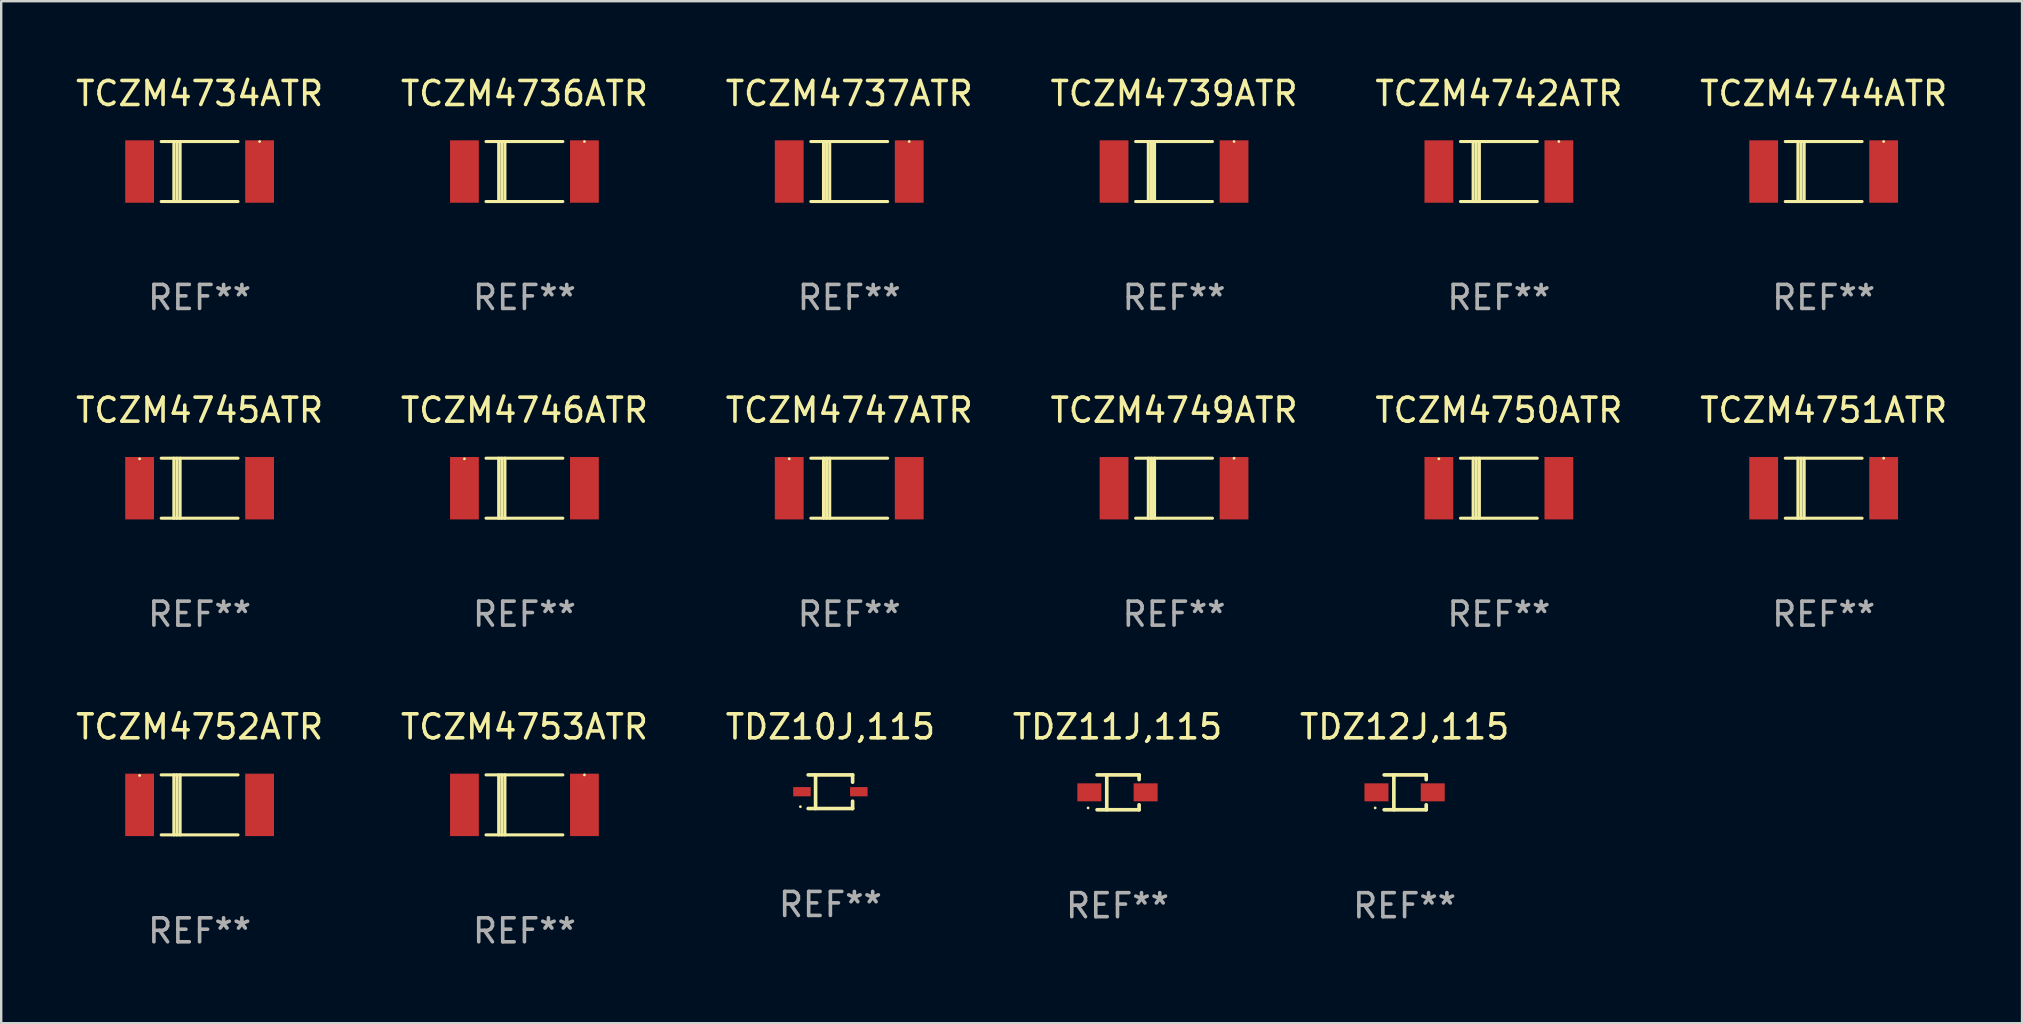
<source format=kicad_pcb>
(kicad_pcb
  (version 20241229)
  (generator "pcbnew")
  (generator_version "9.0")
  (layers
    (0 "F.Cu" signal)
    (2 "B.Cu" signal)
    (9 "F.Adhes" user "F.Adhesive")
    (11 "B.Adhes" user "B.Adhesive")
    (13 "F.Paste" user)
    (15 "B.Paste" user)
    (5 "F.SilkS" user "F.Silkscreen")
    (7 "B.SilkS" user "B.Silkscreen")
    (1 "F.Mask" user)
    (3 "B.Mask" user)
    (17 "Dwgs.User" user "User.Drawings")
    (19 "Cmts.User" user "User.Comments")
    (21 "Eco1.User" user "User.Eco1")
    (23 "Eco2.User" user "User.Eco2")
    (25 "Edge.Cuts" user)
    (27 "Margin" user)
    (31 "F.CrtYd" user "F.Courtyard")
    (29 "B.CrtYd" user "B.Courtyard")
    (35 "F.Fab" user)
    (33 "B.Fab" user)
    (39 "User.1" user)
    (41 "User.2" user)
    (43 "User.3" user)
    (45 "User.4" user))
  (footprint "TCZM4736ATR"
    (layer "F.Cu")
    (at 18.804 4.098)
    (property "Reference" "TCZM4736ATR" (at 0 -3.25 0) (layer "F.SilkS") (effects (font (size 1 1) (thickness 0.15))))
    (attr through_hole)
    (fp_line (start -1.6 -1.25) (end 1.6 -1.25) (stroke (width 0.129) (type solid)) (layer "F.SilkS"))
    (fp_line (start -1.6 1.25) (end 1.6 1.25) (stroke (width 0.129) (type solid)) (layer "F.SilkS"))
    (fp_line (start -1.072 -1.25) (end -1.072 1.25) (stroke (width 0.129) (type solid)) (layer "F.SilkS"))
    (fp_line (start -0.942 -1.25) (end -0.942 1.25) (stroke (width 0.129) (type solid)) (layer "F.SilkS"))
    (fp_line (start -0.813 -1.25) (end -0.813 1.25) (stroke (width 0.129) (type solid)) (layer "F.SilkS"))
    (fp_circle (center 2.5 -1.25) (end 2.53 -1.25) (stroke (width 0.06) (type solid)) (fill no) (layer "F.SilkS"))
    (fp_text user "REF**" (at 0 5.25 0) (layer "F.Fab") (effects (font (size 1 1) (thickness 0.15))))
    (pad "1" smd rect (at 2.5 0 180) (size 1.2 2.6) (layers "F.Cu" "F.Mask" "F.Paste"))
    (pad "2" smd rect (at -2.5 0 180) (size 1.2 2.6) (layers "F.Cu" "F.Mask" "F.Paste")))
  (footprint "TCZM4753ATR"
    (layer "F.Cu")
    (at 18.804 30.491)
    (property "Reference" "TCZM4753ATR" (at 0 -3.25 0) (layer "F.SilkS") (effects (font (size 1 1) (thickness 0.15))))
    (attr through_hole)
    (fp_line (start -1.6 -1.25) (end 1.6 -1.25) (stroke (width 0.129) (type solid)) (layer "F.SilkS"))
    (fp_line (start -1.6 1.25) (end 1.6 1.25) (stroke (width 0.129) (type solid)) (layer "F.SilkS"))
    (fp_line (start -1.072 -1.25) (end -1.072 1.25) (stroke (width 0.129) (type solid)) (layer "F.SilkS"))
    (fp_line (start -0.942 -1.25) (end -0.942 1.25) (stroke (width 0.129) (type solid)) (layer "F.SilkS"))
    (fp_line (start -0.813 -1.25) (end -0.813 1.25) (stroke (width 0.129) (type solid)) (layer "F.SilkS"))
    (fp_circle (center 2.5 -1.25) (end 2.53 -1.25) (stroke (width 0.06) (type solid)) (fill no) (layer "F.SilkS"))
    (fp_text user "REF**" (at 0 5.25 0) (layer "F.Fab") (effects (font (size 1 1) (thickness 0.15))))
    (pad "1" smd rect (at 2.5 0 180) (size 1.2 2.6) (layers "F.Cu" "F.Mask" "F.Paste"))
    (pad "2" smd rect (at -2.5 0 180) (size 1.2 2.6) (layers "F.Cu" "F.Mask" "F.Paste")))
  (footprint "TDZ12J,115"
    (layer "F.Cu")
    (at 55.482 29.968)
    (property "Reference" "TDZ12J,115" (at 0 -2.726 0) (layer "F.SilkS") (effects (font (size 1 1) (thickness 0.15))))
    (attr through_hole)
    (fp_line (start -0.851 -0.726) (end 0.901 -0.726) (stroke (width 0.152) (type solid)) (layer "F.SilkS"))
    (fp_line (start -0.851 0.726) (end 0.901 0.726) (stroke (width 0.152) (type solid)) (layer "F.SilkS"))
    (fp_line (start -0.447 -0.726) (end -0.447 0.726) (stroke (width 0.152) (type solid)) (layer "F.SilkS"))
    (fp_line (start 0.901 -0.726) (end 0.901 -0.53) (stroke (width 0.152) (type solid)) (layer "F.SilkS"))
    (fp_line (start 0.901 0.726) (end 0.901 0.52) (stroke (width 0.152) (type solid)) (layer "F.SilkS"))
    (fp_circle (center -1.225 0.65) (end -1.195 0.65) (stroke (width 0.06) (type solid)) (fill no) (layer "F.SilkS"))
    (fp_text user "REF**" (at 0 4.726 0) (layer "F.Fab") (effects (font (size 1 1) (thickness 0.15))))
    (pad "1" smd rect (at -1.173 0) (size 1 0.75) (layers "F.Cu" "F.Mask" "F.Paste"))
    (pad "2" smd rect (at 1.173 0) (size 1 0.75) (layers "F.Cu" "F.Mask" "F.Paste")))
  (footprint "TCZM4750ATR"
    (layer "F.Cu")
    (at 59.411 17.295)
    (property "Reference" "TCZM4750ATR" (at 0 -3.25 0) (layer "F.SilkS") (effects (font (size 1 1) (thickness 0.15))))
    (attr through_hole)
    (fp_line (start -1.6 -1.25) (end 1.6 -1.25) (stroke (width 0.129) (type solid)) (layer "F.SilkS"))
    (fp_line (start -1.6 1.25) (end 1.6 1.25) (stroke (width 0.129) (type solid)) (layer "F.SilkS"))
    (fp_line (start -1.072 -1.25) (end -1.072 1.25) (stroke (width 0.129) (type solid)) (layer "F.SilkS"))
    (fp_line (start -0.942 -1.25) (end -0.942 1.25) (stroke (width 0.129) (type solid)) (layer "F.SilkS"))
    (fp_line (start -0.813 -1.25) (end -0.813 1.25) (stroke (width 0.129) (type solid)) (layer "F.SilkS"))
    (fp_circle (center -2.5 -1.225) (end -2.47 -1.225) (stroke (width 0.06) (type solid)) (fill no) (layer "F.SilkS"))
    (fp_text user "REF**" (at 0 5.25 0) (layer "F.Fab") (effects (font (size 1 1) (thickness 0.15))))
    (pad "1" smd rect (at -2.5 0 180) (size 1.2 2.6) (layers "F.Cu" "F.Mask" "F.Paste"))
    (pad "2" smd rect (at 2.5 0 180) (size 1.2 2.6) (layers "F.Cu" "F.Mask" "F.Paste")))
  (footprint "TCZM4739ATR"
    (layer "F.Cu")
    (at 45.875 4.098)
    (property "Reference" "TCZM4739ATR" (at 0 -3.25 0) (layer "F.SilkS") (effects (font (size 1 1) (thickness 0.15))))
    (attr through_hole)
    (fp_line (start -1.6 -1.25) (end 1.6 -1.25) (stroke (width 0.129) (type solid)) (layer "F.SilkS"))
    (fp_line (start -1.6 1.25) (end 1.6 1.25) (stroke (width 0.129) (type solid)) (layer "F.SilkS"))
    (fp_line (start -1.072 -1.25) (end -1.072 1.25) (stroke (width 0.129) (type solid)) (layer "F.SilkS"))
    (fp_line (start -0.942 -1.25) (end -0.942 1.25) (stroke (width 0.129) (type solid)) (layer "F.SilkS"))
    (fp_line (start -0.813 -1.25) (end -0.813 1.25) (stroke (width 0.129) (type solid)) (layer "F.SilkS"))
    (fp_circle (center 2.5 -1.25) (end 2.53 -1.25) (stroke (width 0.06) (type solid)) (fill no) (layer "F.SilkS"))
    (fp_text user "REF**" (at 0 5.25 0) (layer "F.Fab") (effects (font (size 1 1) (thickness 0.15))))
    (pad "1" smd rect (at 2.5 0 180) (size 1.2 2.6) (layers "F.Cu" "F.Mask" "F.Paste"))
    (pad "2" smd rect (at -2.5 0 180) (size 1.2 2.6) (layers "F.Cu" "F.Mask" "F.Paste")))
  (footprint "TCZM4737ATR"
    (layer "F.Cu")
    (at 32.339 4.098)
    (property "Reference" "TCZM4737ATR" (at 0 -3.25 0) (layer "F.SilkS") (effects (font (size 1 1) (thickness 0.15))))
    (attr through_hole)
    (fp_line (start -1.6 -1.25) (end 1.6 -1.25) (stroke (width 0.129) (type solid)) (layer "F.SilkS"))
    (fp_line (start -1.6 1.25) (end 1.6 1.25) (stroke (width 0.129) (type solid)) (layer "F.SilkS"))
    (fp_line (start -1.072 -1.25) (end -1.072 1.25) (stroke (width 0.129) (type solid)) (layer "F.SilkS"))
    (fp_line (start -0.942 -1.25) (end -0.942 1.25) (stroke (width 0.129) (type solid)) (layer "F.SilkS"))
    (fp_line (start -0.813 -1.25) (end -0.813 1.25) (stroke (width 0.129) (type solid)) (layer "F.SilkS"))
    (fp_circle (center 2.5 -1.25) (end 2.53 -1.25) (stroke (width 0.06) (type solid)) (fill no) (layer "F.SilkS"))
    (fp_text user "REF**" (at 0 5.25 0) (layer "F.Fab") (effects (font (size 1 1) (thickness 0.15))))
    (pad "1" smd rect (at 2.5 0 180) (size 1.2 2.6) (layers "F.Cu" "F.Mask" "F.Paste"))
    (pad "2" smd rect (at -2.5 0 180) (size 1.2 2.6) (layers "F.Cu" "F.Mask" "F.Paste")))
  (footprint "TCZM4749ATR"
    (layer "F.Cu")
    (at 45.875 17.295)
    (property "Reference" "TCZM4749ATR" (at 0 -3.25 0) (layer "F.SilkS") (effects (font (size 1 1) (thickness 0.15))))
    (attr through_hole)
    (fp_line (start -1.6 -1.25) (end 1.6 -1.25) (stroke (width 0.129) (type solid)) (layer "F.SilkS"))
    (fp_line (start -1.6 1.25) (end 1.6 1.25) (stroke (width 0.129) (type solid)) (layer "F.SilkS"))
    (fp_line (start -1.072 -1.25) (end -1.072 1.25) (stroke (width 0.129) (type solid)) (layer "F.SilkS"))
    (fp_line (start -0.942 -1.25) (end -0.942 1.25) (stroke (width 0.129) (type solid)) (layer "F.SilkS"))
    (fp_line (start -0.813 -1.25) (end -0.813 1.25) (stroke (width 0.129) (type solid)) (layer "F.SilkS"))
    (fp_circle (center 2.5 -1.25) (end 2.53 -1.25) (stroke (width 0.06) (type solid)) (fill no) (layer "F.SilkS"))
    (fp_text user "REF**" (at 0 5.25 0) (layer "F.Fab") (effects (font (size 1 1) (thickness 0.15))))
    (pad "1" smd rect (at 2.5 0 180) (size 1.2 2.6) (layers "F.Cu" "F.Mask" "F.Paste"))
    (pad "2" smd rect (at -2.5 0 180) (size 1.2 2.6) (layers "F.Cu" "F.Mask" "F.Paste")))
  (footprint "TCZM4751ATR"
    (layer "F.Cu")
    (at 72.946 17.295)
    (property "Reference" "TCZM4751ATR" (at 0 -3.25 0) (layer "F.SilkS") (effects (font (size 1 1) (thickness 0.15))))
    (attr through_hole)
    (fp_line (start -1.6 -1.25) (end 1.6 -1.25) (stroke (width 0.129) (type solid)) (layer "F.SilkS"))
    (fp_line (start -1.6 1.25) (end 1.6 1.25) (stroke (width 0.129) (type solid)) (layer "F.SilkS"))
    (fp_line (start -1.072 -1.25) (end -1.072 1.25) (stroke (width 0.129) (type solid)) (layer "F.SilkS"))
    (fp_line (start -0.942 -1.25) (end -0.942 1.25) (stroke (width 0.129) (type solid)) (layer "F.SilkS"))
    (fp_line (start -0.813 -1.25) (end -0.813 1.25) (stroke (width 0.129) (type solid)) (layer "F.SilkS"))
    (fp_circle (center 2.5 -1.25) (end 2.53 -1.25) (stroke (width 0.06) (type solid)) (fill no) (layer "F.SilkS"))
    (fp_text user "REF**" (at 0 5.25 0) (layer "F.Fab") (effects (font (size 1 1) (thickness 0.15))))
    (pad "1" smd rect (at 2.5 0 180) (size 1.2 2.6) (layers "F.Cu" "F.Mask" "F.Paste"))
    (pad "2" smd rect (at -2.5 0 180) (size 1.2 2.6) (layers "F.Cu" "F.Mask" "F.Paste")))
  (footprint "TCZM4747ATR"
    (layer "F.Cu")
    (at 32.339 17.295)
    (property "Reference" "TCZM4747ATR" (at 0 -3.25 0) (layer "F.SilkS") (effects (font (size 1 1) (thickness 0.15))))
    (attr through_hole)
    (fp_line (start -1.6 -1.25) (end 1.6 -1.25) (stroke (width 0.129) (type solid)) (layer "F.SilkS"))
    (fp_line (start -1.6 1.25) (end 1.6 1.25) (stroke (width 0.129) (type solid)) (layer "F.SilkS"))
    (fp_line (start -1.072 -1.25) (end -1.072 1.25) (stroke (width 0.129) (type solid)) (layer "F.SilkS"))
    (fp_line (start -0.942 -1.25) (end -0.942 1.25) (stroke (width 0.129) (type solid)) (layer "F.SilkS"))
    (fp_line (start -0.813 -1.25) (end -0.813 1.25) (stroke (width 0.129) (type solid)) (layer "F.SilkS"))
    (fp_circle (center -2.5 -1.225) (end -2.47 -1.225) (stroke (width 0.06) (type solid)) (fill no) (layer "F.SilkS"))
    (fp_text user "REF**" (at 0 5.25 0) (layer "F.Fab") (effects (font (size 1 1) (thickness 0.15))))
    (pad "1" smd rect (at -2.5 0 180) (size 1.2 2.6) (layers "F.Cu" "F.Mask" "F.Paste"))
    (pad "2" smd rect (at 2.5 0 180) (size 1.2 2.6) (layers "F.Cu" "F.Mask" "F.Paste")))
  (footprint "TCZM4744ATR"
    (layer "F.Cu")
    (at 72.946 4.098)
    (property "Reference" "TCZM4744ATR" (at 0 -3.25 0) (layer "F.SilkS") (effects (font (size 1 1) (thickness 0.15))))
    (attr through_hole)
    (fp_line (start -1.6 -1.25) (end 1.6 -1.25) (stroke (width 0.129) (type solid)) (layer "F.SilkS"))
    (fp_line (start -1.6 1.25) (end 1.6 1.25) (stroke (width 0.129) (type solid)) (layer "F.SilkS"))
    (fp_line (start -1.072 -1.25) (end -1.072 1.25) (stroke (width 0.129) (type solid)) (layer "F.SilkS"))
    (fp_line (start -0.942 -1.25) (end -0.942 1.25) (stroke (width 0.129) (type solid)) (layer "F.SilkS"))
    (fp_line (start -0.813 -1.25) (end -0.813 1.25) (stroke (width 0.129) (type solid)) (layer "F.SilkS"))
    (fp_circle (center 2.5 -1.25) (end 2.53 -1.25) (stroke (width 0.06) (type solid)) (fill no) (layer "F.SilkS"))
    (fp_text user "REF**" (at 0 5.25 0) (layer "F.Fab") (effects (font (size 1 1) (thickness 0.15))))
    (pad "1" smd rect (at 2.5 0 180) (size 1.2 2.6) (layers "F.Cu" "F.Mask" "F.Paste"))
    (pad "2" smd rect (at -2.5 0 180) (size 1.2 2.6) (layers "F.Cu" "F.Mask" "F.Paste")))
  (footprint "TCZM4752ATR"
    (layer "F.Cu")
    (at 5.268 30.491)
    (property "Reference" "TCZM4752ATR" (at 0 -3.25 0) (layer "F.SilkS") (effects (font (size 1 1) (thickness 0.15))))
    (attr through_hole)
    (fp_line (start -1.6 -1.25) (end 1.6 -1.25) (stroke (width 0.129) (type solid)) (layer "F.SilkS"))
    (fp_line (start -1.6 1.25) (end 1.6 1.25) (stroke (width 0.129) (type solid)) (layer "F.SilkS"))
    (fp_line (start -1.072 -1.25) (end -1.072 1.25) (stroke (width 0.129) (type solid)) (layer "F.SilkS"))
    (fp_line (start -0.942 -1.25) (end -0.942 1.25) (stroke (width 0.129) (type solid)) (layer "F.SilkS"))
    (fp_line (start -0.813 -1.25) (end -0.813 1.25) (stroke (width 0.129) (type solid)) (layer "F.SilkS"))
    (fp_circle (center -2.5 -1.225) (end -2.47 -1.225) (stroke (width 0.06) (type solid)) (fill no) (layer "F.SilkS"))
    (fp_text user "REF**" (at 0 5.25 0) (layer "F.Fab") (effects (font (size 1 1) (thickness 0.15))))
    (pad "1" smd rect (at -2.5 0 180) (size 1.2 2.6) (layers "F.Cu" "F.Mask" "F.Paste"))
    (pad "2" smd rect (at 2.5 0 180) (size 1.2 2.6) (layers "F.Cu" "F.Mask" "F.Paste")))
  (footprint "TDZ10J,115"
    (layer "F.Cu")
    (at 31.554 29.942)
    (property "Reference" "TDZ10J,115" (at 0 -2.701 0) (layer "F.SilkS") (effects (font (size 1 1) (thickness 0.15))))
    (attr through_hole)
    (fp_line (start -0.926 -0.701) (end 0.926 -0.701) (stroke (width 0.152) (type solid)) (layer "F.SilkS"))
    (fp_line (start -0.926 0.701) (end 0.926 0.701) (stroke (width 0.152) (type solid)) (layer "F.SilkS"))
    (fp_line (start -0.617 -0.701) (end -0.617 0.701) (stroke (width 0.152) (type solid)) (layer "F.SilkS"))
    (fp_line (start 0.926 -0.701) (end 0.926 -0.396) (stroke (width 0.152) (type solid)) (layer "F.SilkS"))
    (fp_line (start 0.926 0.701) (end 0.926 0.396) (stroke (width 0.152) (type solid)) (layer "F.SilkS"))
    (fp_circle (center -1.25 0.625) (end -1.22 0.625) (stroke (width 0.06) (type solid)) (fill no) (layer "F.SilkS"))
    (fp_text user "REF**" (at 0 4.701 0) (layer "F.Fab") (effects (font (size 1 1) (thickness 0.15))))
    (pad "1" smd rect (at -1.185 0 180) (size 0.73 0.385) (layers "F.Cu" "F.Mask" "F.Paste"))
    (pad "2" smd rect (at 1.185 0 180) (size 0.73 0.385) (layers "F.Cu" "F.Mask" "F.Paste")))
  (footprint "TDZ11J,115"
    (layer "F.Cu")
    (at 43.518 29.968)
    (property "Reference" "TDZ11J,115" (at 0 -2.726 0) (layer "F.SilkS") (effects (font (size 1 1) (thickness 0.15))))
    (attr through_hole)
    (fp_line (start -0.851 -0.726) (end 0.901 -0.726) (stroke (width 0.152) (type solid)) (layer "F.SilkS"))
    (fp_line (start -0.851 0.726) (end 0.901 0.726) (stroke (width 0.152) (type solid)) (layer "F.SilkS"))
    (fp_line (start -0.447 -0.726) (end -0.447 0.726) (stroke (width 0.152) (type solid)) (layer "F.SilkS"))
    (fp_line (start 0.901 -0.726) (end 0.901 -0.53) (stroke (width 0.152) (type solid)) (layer "F.SilkS"))
    (fp_line (start 0.901 0.726) (end 0.901 0.52) (stroke (width 0.152) (type solid)) (layer "F.SilkS"))
    (fp_circle (center -1.225 0.65) (end -1.195 0.65) (stroke (width 0.06) (type solid)) (fill no) (layer "F.SilkS"))
    (fp_text user "REF**" (at 0 4.726 0) (layer "F.Fab") (effects (font (size 1 1) (thickness 0.15))))
    (pad "1" smd rect (at -1.173 0) (size 1 0.75) (layers "F.Cu" "F.Mask" "F.Paste"))
    (pad "2" smd rect (at 1.173 0) (size 1 0.75) (layers "F.Cu" "F.Mask" "F.Paste")))
  (footprint "TCZM4746ATR"
    (layer "F.Cu")
    (at 18.804 17.295)
    (property "Reference" "TCZM4746ATR" (at 0 -3.25 0) (layer "F.SilkS") (effects (font (size 1 1) (thickness 0.15))))
    (attr through_hole)
    (fp_line (start -1.6 -1.25) (end 1.6 -1.25) (stroke (width 0.129) (type solid)) (layer "F.SilkS"))
    (fp_line (start -1.6 1.25) (end 1.6 1.25) (stroke (width 0.129) (type solid)) (layer "F.SilkS"))
    (fp_line (start -1.072 -1.25) (end -1.072 1.25) (stroke (width 0.129) (type solid)) (layer "F.SilkS"))
    (fp_line (start -0.942 -1.25) (end -0.942 1.25) (stroke (width 0.129) (type solid)) (layer "F.SilkS"))
    (fp_line (start -0.813 -1.25) (end -0.813 1.25) (stroke (width 0.129) (type solid)) (layer "F.SilkS"))
    (fp_circle (center -2.5 -1.225) (end -2.47 -1.225) (stroke (width 0.06) (type solid)) (fill no) (layer "F.SilkS"))
    (fp_text user "REF**" (at 0 5.25 0) (layer "F.Fab") (effects (font (size 1 1) (thickness 0.15))))
    (pad "1" smd rect (at -2.5 0 180) (size 1.2 2.6) (layers "F.Cu" "F.Mask" "F.Paste"))
    (pad "2" smd rect (at 2.5 0 180) (size 1.2 2.6) (layers "F.Cu" "F.Mask" "F.Paste")))
  (footprint "TCZM4734ATR"
    (layer "F.Cu")
    (at 5.268 4.098)
    (property "Reference" "TCZM4734ATR" (at 0 -3.25 0) (layer "F.SilkS") (effects (font (size 1 1) (thickness 0.15))))
    (attr through_hole)
    (fp_line (start -1.6 -1.25) (end 1.6 -1.25) (stroke (width 0.129) (type solid)) (layer "F.SilkS"))
    (fp_line (start -1.6 1.25) (end 1.6 1.25) (stroke (width 0.129) (type solid)) (layer "F.SilkS"))
    (fp_line (start -1.072 -1.25) (end -1.072 1.25) (stroke (width 0.129) (type solid)) (layer "F.SilkS"))
    (fp_line (start -0.942 -1.25) (end -0.942 1.25) (stroke (width 0.129) (type solid)) (layer "F.SilkS"))
    (fp_line (start -0.813 -1.25) (end -0.813 1.25) (stroke (width 0.129) (type solid)) (layer "F.SilkS"))
    (fp_circle (center 2.5 -1.25) (end 2.53 -1.25) (stroke (width 0.06) (type solid)) (fill no) (layer "F.SilkS"))
    (fp_text user "REF**" (at 0 5.25 0) (layer "F.Fab") (effects (font (size 1 1) (thickness 0.15))))
    (pad "1" smd rect (at 2.5 0 180) (size 1.2 2.6) (layers "F.Cu" "F.Mask" "F.Paste"))
    (pad "2" smd rect (at -2.5 0 180) (size 1.2 2.6) (layers "F.Cu" "F.Mask" "F.Paste")))
  (footprint "TCZM4745ATR"
    (layer "F.Cu")
    (at 5.268 17.295)
    (property "Reference" "TCZM4745ATR" (at 0 -3.25 0) (layer "F.SilkS") (effects (font (size 1 1) (thickness 0.15))))
    (attr through_hole)
    (fp_line (start -1.6 -1.25) (end 1.6 -1.25) (stroke (width 0.129) (type solid)) (layer "F.SilkS"))
    (fp_line (start -1.6 1.25) (end 1.6 1.25) (stroke (width 0.129) (type solid)) (layer "F.SilkS"))
    (fp_line (start -1.072 -1.25) (end -1.072 1.25) (stroke (width 0.129) (type solid)) (layer "F.SilkS"))
    (fp_line (start -0.942 -1.25) (end -0.942 1.25) (stroke (width 0.129) (type solid)) (layer "F.SilkS"))
    (fp_line (start -0.813 -1.25) (end -0.813 1.25) (stroke (width 0.129) (type solid)) (layer "F.SilkS"))
    (fp_circle (center -2.5 -1.225) (end -2.47 -1.225) (stroke (width 0.06) (type solid)) (fill no) (layer "F.SilkS"))
    (fp_text user "REF**" (at 0 5.25 0) (layer "F.Fab") (effects (font (size 1 1) (thickness 0.15))))
    (pad "1" smd rect (at -2.5 0 180) (size 1.2 2.6) (layers "F.Cu" "F.Mask" "F.Paste"))
    (pad "2" smd rect (at 2.5 0 180) (size 1.2 2.6) (layers "F.Cu" "F.Mask" "F.Paste")))
  (footprint "TCZM4742ATR"
    (layer "F.Cu")
    (at 59.411 4.098)
    (property "Reference" "TCZM4742ATR" (at 0 -3.25 0) (layer "F.SilkS") (effects (font (size 1 1) (thickness 0.15))))
    (attr through_hole)
    (fp_line (start -1.6 -1.25) (end 1.6 -1.25) (stroke (width 0.129) (type solid)) (layer "F.SilkS"))
    (fp_line (start -1.6 1.25) (end 1.6 1.25) (stroke (width 0.129) (type solid)) (layer "F.SilkS"))
    (fp_line (start -1.072 -1.25) (end -1.072 1.25) (stroke (width 0.129) (type solid)) (layer "F.SilkS"))
    (fp_line (start -0.942 -1.25) (end -0.942 1.25) (stroke (width 0.129) (type solid)) (layer "F.SilkS"))
    (fp_line (start -0.813 -1.25) (end -0.813 1.25) (stroke (width 0.129) (type solid)) (layer "F.SilkS"))
    (fp_circle (center 2.5 -1.25) (end 2.53 -1.25) (stroke (width 0.06) (type solid)) (fill no) (layer "F.SilkS"))
    (fp_text user "REF**" (at 0 5.25 0) (layer "F.Fab") (effects (font (size 1 1) (thickness 0.15))))
    (pad "1" smd rect (at 2.5 0 180) (size 1.2 2.6) (layers "F.Cu" "F.Mask" "F.Paste"))
    (pad "2" smd rect (at -2.5 0 180) (size 1.2 2.6) (layers "F.Cu" "F.Mask" "F.Paste")))
  (gr_rect
    (start -3 -3)
    (end 81.214 39.59)
    (stroke (width 0.1) (type default))
    (fill no)
    (layer "Edge.Cuts")))
</source>
